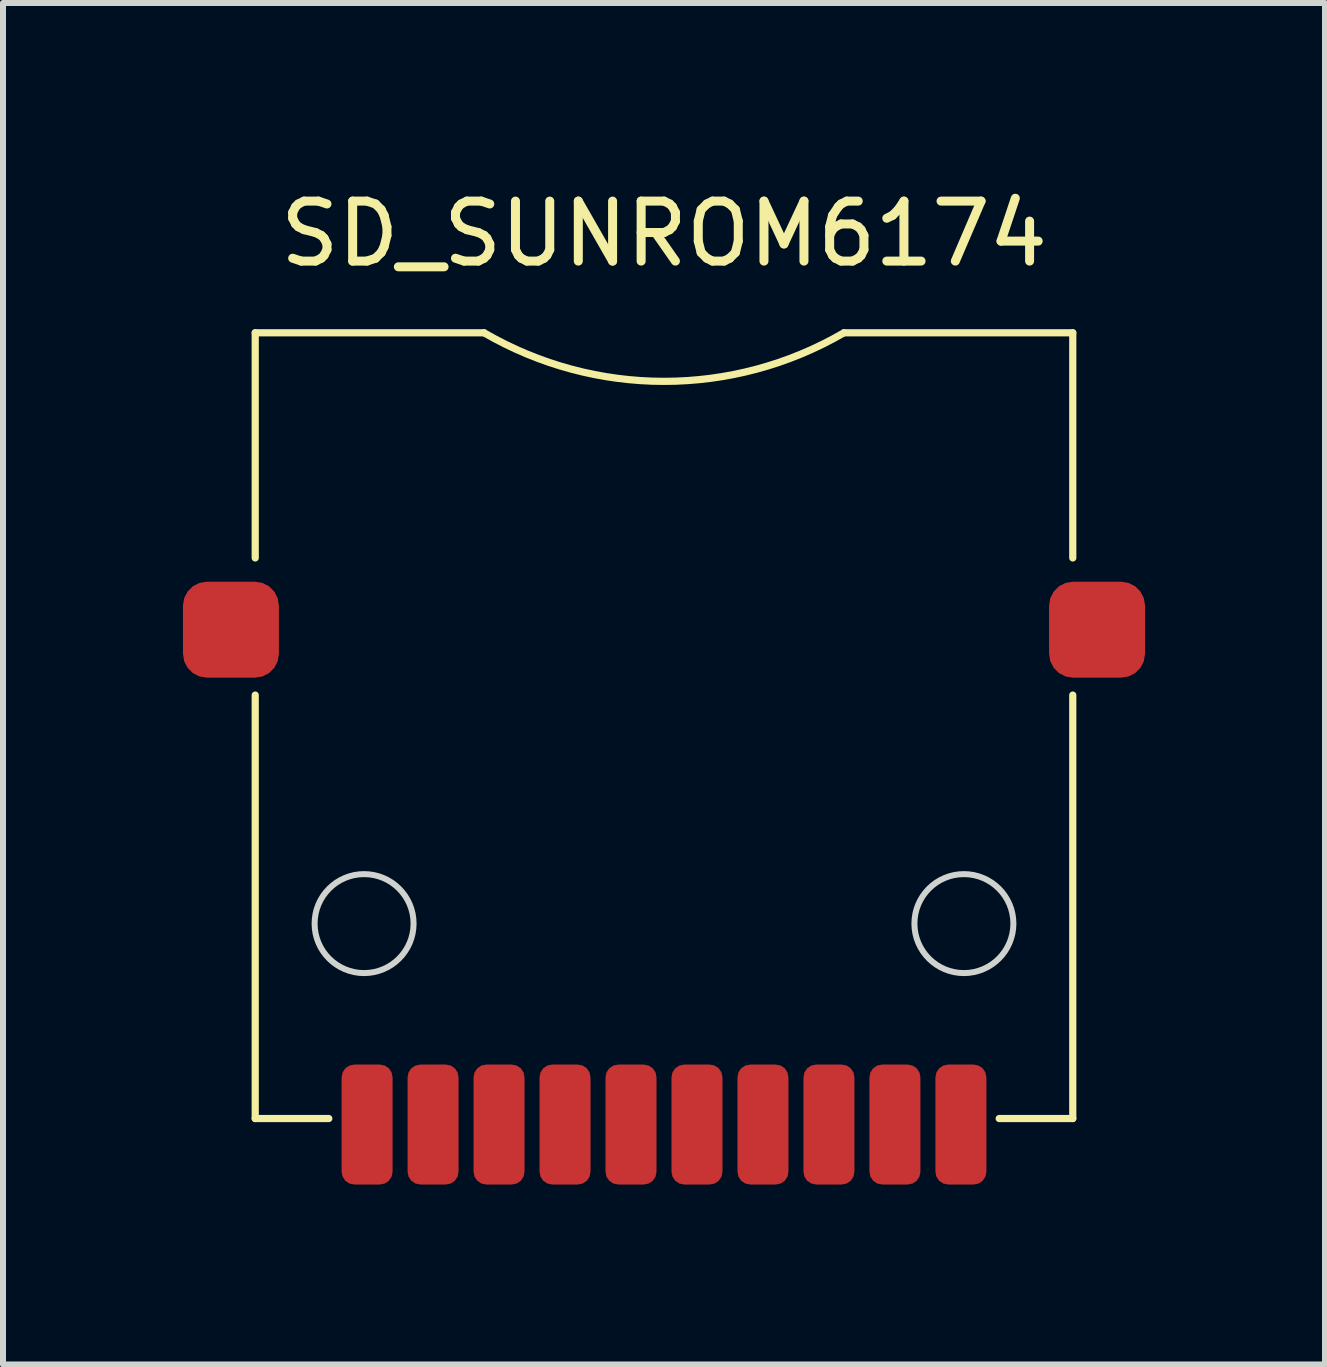
<source format=kicad_pcb>
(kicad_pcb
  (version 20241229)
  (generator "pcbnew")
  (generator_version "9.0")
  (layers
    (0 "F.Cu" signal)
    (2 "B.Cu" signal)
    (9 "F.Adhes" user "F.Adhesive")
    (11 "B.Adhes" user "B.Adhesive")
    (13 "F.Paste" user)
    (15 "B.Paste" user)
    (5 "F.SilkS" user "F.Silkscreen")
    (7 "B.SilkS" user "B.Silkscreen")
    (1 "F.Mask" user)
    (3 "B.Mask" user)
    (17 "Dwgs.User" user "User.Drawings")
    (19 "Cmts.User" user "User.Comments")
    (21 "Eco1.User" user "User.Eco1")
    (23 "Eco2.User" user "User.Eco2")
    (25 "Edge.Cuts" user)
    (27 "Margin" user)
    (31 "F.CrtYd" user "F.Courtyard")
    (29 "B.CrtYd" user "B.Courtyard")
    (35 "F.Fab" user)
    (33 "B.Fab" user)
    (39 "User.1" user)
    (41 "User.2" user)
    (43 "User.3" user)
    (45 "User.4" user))
  (footprint "SD_SUNROM6174"
    (layer "F.Cu")
    (at 8.02 12.348)
    (property "Reference" "SD_SUNROM6174" (at 0 -11.5 0) (unlocked yes) (layer "F.SilkS") (effects (font (size 1 1) (thickness 0.15))))
    (attr smd)
    (fp_line (start -6.815 -9.85) (end -3 -9.85) (stroke (width 0.12) (type solid)) (layer "F.SilkS"))
    (fp_line (start -6.815 -6.096) (end -6.815 -9.85) (stroke (width 0.12) (type solid)) (layer "F.SilkS"))
    (fp_line (start -6.815 3.25) (end -6.815 -3.81) (stroke (width 0.12) (type solid)) (layer "F.SilkS"))
    (fp_line (start -6.815 3.25) (end -5.588 3.25) (stroke (width 0.12) (type solid)) (layer "F.SilkS"))
    (fp_line (start 6.815 -9.85) (end 3 -9.85) (stroke (width 0.12) (type solid)) (layer "F.SilkS"))
    (fp_line (start 6.815 -6.096) (end 6.815 -9.85) (stroke (width 0.12) (type solid)) (layer "F.SilkS"))
    (fp_line (start 6.815 -3.81) (end 6.815 3.25) (stroke (width 0.12) (type solid)) (layer "F.SilkS"))
    (fp_line (start 6.815 3.25) (end 5.588 3.25) (stroke (width 0.12) (type solid)) (layer "F.SilkS"))
    (fp_arc (start 3 -9.85) (mid 0 -9.039924) (end -3 -9.85) (stroke (width 0.12) (type solid)) (layer "F.SilkS"))
    (fp_circle (center -5 0) (end -4.175 0) (stroke (width 0.1) (type solid)) (fill no) (layer "Edge.Cuts"))
    (fp_circle (center 5 0) (end 5.825 0) (stroke (width 0.1) (type solid)) (fill no) (layer "Edge.Cuts"))
    (pad "0" smd roundrect (at -7.22 -4.9) (size 1.6 1.6) (layers "F.Cu" "F.Mask" "F.Paste") (roundrect_rratio 0.25))
    (pad "0" smd roundrect (at 7.22 -4.9) (size 1.6 1.6) (layers "F.Cu" "F.Mask" "F.Paste") (roundrect_rratio 0.25))
    (pad "1" smd roundrect (at -2.75 3.35) (size 0.85 2) (layers "F.Cu" "F.Mask" "F.Paste") (roundrect_rratio 0.25))
    (pad "2" smd roundrect (at -1.65 3.35) (size 0.85 2) (layers "F.Cu" "F.Mask" "F.Paste") (roundrect_rratio 0.25))
    (pad "3" smd roundrect (at -0.55 3.35) (size 0.85 2) (layers "F.Cu" "F.Mask" "F.Paste") (roundrect_rratio 0.25))
    (pad "4" smd roundrect (at 0.55 3.35) (size 0.85 2) (layers "F.Cu" "F.Mask" "F.Paste") (roundrect_rratio 0.25))
    (pad "5" smd roundrect (at 1.65 3.35) (size 0.85 2) (layers "F.Cu" "F.Mask" "F.Paste") (roundrect_rratio 0.25))
    (pad "6" smd roundrect (at 2.75 3.35) (size 0.85 2) (layers "F.Cu" "F.Mask" "F.Paste") (roundrect_rratio 0.25))
    (pad "7" smd roundrect (at 3.85 3.35) (size 0.85 2) (layers "F.Cu" "F.Mask" "F.Paste") (roundrect_rratio 0.25))
    (pad "8" smd roundrect (at 4.95 3.35) (size 0.85 2) (layers "F.Cu" "F.Mask" "F.Paste") (roundrect_rratio 0.25))
    (pad "9" smd roundrect (at -3.85 3.35) (size 0.85 2) (layers "F.Cu" "F.Mask" "F.Paste") (roundrect_rratio 0.25))
    (pad "10" smd roundrect (at -4.95 3.35) (size 0.85 2) (layers "F.Cu" "F.Mask" "F.Paste") (roundrect_rratio 0.25)))
  (gr_rect
    (start -3 -3)
    (end 19.04 19.698)
    (stroke (width 0.1) (type default))
    (fill no)
    (layer "Edge.Cuts")))
</source>
